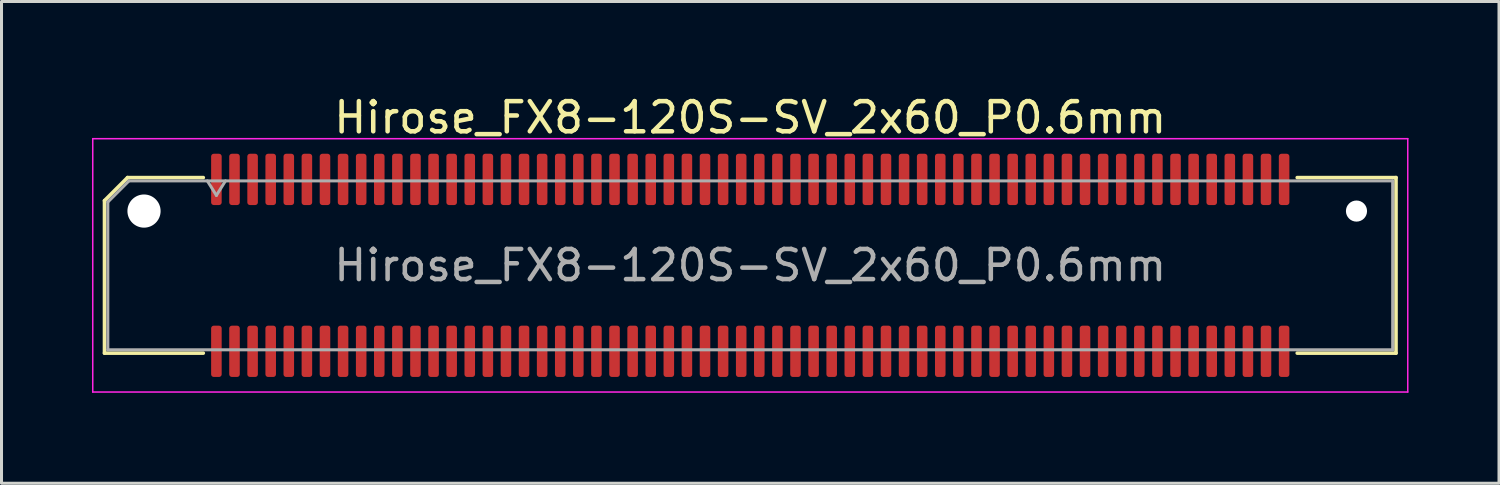
<source format=kicad_pcb>
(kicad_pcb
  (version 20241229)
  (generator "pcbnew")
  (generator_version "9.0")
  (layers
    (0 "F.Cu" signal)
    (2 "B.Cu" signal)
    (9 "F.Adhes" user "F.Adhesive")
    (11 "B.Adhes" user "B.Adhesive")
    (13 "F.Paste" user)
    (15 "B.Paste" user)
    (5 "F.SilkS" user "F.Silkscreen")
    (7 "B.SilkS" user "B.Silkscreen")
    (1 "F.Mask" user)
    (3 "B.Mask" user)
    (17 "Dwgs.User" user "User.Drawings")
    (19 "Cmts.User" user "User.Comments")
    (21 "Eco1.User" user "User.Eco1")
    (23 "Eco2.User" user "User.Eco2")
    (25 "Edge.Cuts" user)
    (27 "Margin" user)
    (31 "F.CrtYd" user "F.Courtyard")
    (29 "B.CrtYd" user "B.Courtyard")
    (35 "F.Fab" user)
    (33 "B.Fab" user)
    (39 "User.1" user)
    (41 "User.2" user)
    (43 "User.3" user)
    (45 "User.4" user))
  (footprint "Hirose_FX8-120S-SV_2x60_P0.6mm"
    (layer "F.Cu")
    (at 21.825 5.748)
    (property "Reference" "Hirose_FX8-120S-SV_2x60_P0.6mm" (at 0 -4.9 0) (layer "F.SilkS") (effects (font (size 1 1) (thickness 0.15))))
    (attr smd)
    (fp_line (start -21.41 -2.146) (end -20.646 -2.91) (stroke (width 0.12) (type solid)) (layer "F.SilkS"))
    (fp_line (start -21.41 2.91) (end -21.41 -2.146) (stroke (width 0.12) (type solid)) (layer "F.SilkS"))
    (fp_line (start -20.646 -2.91) (end -18.135 -2.91) (stroke (width 0.12) (type solid)) (layer "F.SilkS"))
    (fp_line (start -18.135 2.91) (end -21.41 2.91) (stroke (width 0.12) (type solid)) (layer "F.SilkS"))
    (fp_line (start 18.135 -2.91) (end 21.41 -2.91) (stroke (width 0.12) (type solid)) (layer "F.SilkS"))
    (fp_line (start 21.41 -2.91) (end 21.41 2.91) (stroke (width 0.12) (type solid)) (layer "F.SilkS"))
    (fp_line (start 21.41 2.91) (end 18.135 2.91) (stroke (width 0.12) (type solid)) (layer "F.SilkS"))
    (fp_line (start -21.8 -4.2) (end -21.8 4.2) (stroke (width 0.05) (type solid)) (layer "F.CrtYd"))
    (fp_line (start -21.8 4.2) (end 21.8 4.2) (stroke (width 0.05) (type solid)) (layer "F.CrtYd"))
    (fp_line (start 21.8 -4.2) (end -21.8 -4.2) (stroke (width 0.05) (type solid)) (layer "F.CrtYd"))
    (fp_line (start 21.8 4.2) (end 21.8 -4.2) (stroke (width 0.05) (type solid)) (layer "F.CrtYd"))
    (fp_line (start -21.3 -2.1) (end -20.6 -2.8) (stroke (width 0.1) (type solid)) (layer "F.Fab"))
    (fp_line (start -21.3 2.8) (end -21.3 -2.1) (stroke (width 0.1) (type solid)) (layer "F.Fab"))
    (fp_line (start -20.6 -2.8) (end 21.3 -2.8) (stroke (width 0.1) (type solid)) (layer "F.Fab"))
    (fp_line (start -18 -2.8) (end -17.7 -2.32) (stroke (width 0.1) (type solid)) (layer "F.Fab"))
    (fp_line (start -17.7 -2.32) (end -17.4 -2.8) (stroke (width 0.1) (type solid)) (layer "F.Fab"))
    (fp_line (start 21.3 -2.8) (end 21.3 2.8) (stroke (width 0.1) (type solid)) (layer "F.Fab"))
    (fp_line (start 21.3 2.8) (end -21.3 2.8) (stroke (width 0.1) (type solid)) (layer "F.Fab"))
    (fp_text user "${REFERENCE}" (at 0 0 0) (layer "F.Fab") (effects (font (size 1 1) (thickness 0.15))))
    (pad "" np_thru_hole circle (at -20.1 -1.8) (size 1.1 1.1) (drill 1.1) (layers "*.Cu" "*.Mask"))
    (pad "" np_thru_hole circle (at 20.1 -1.8) (size 0.7 0.7) (drill 0.7) (layers "*.Cu" "*.Mask"))
    (pad "1" smd roundrect (at -17.7 -2.85) (size 0.35 1.7) (layers "F.Cu" "F.Mask" "F.Paste") (roundrect_rratio 0.25))
    (pad "2" smd roundrect (at -17.7 2.85) (size 0.35 1.7) (layers "F.Cu" "F.Mask" "F.Paste") (roundrect_rratio 0.25))
    (pad "3" smd roundrect (at -17.1 -2.85) (size 0.35 1.7) (layers "F.Cu" "F.Mask" "F.Paste") (roundrect_rratio 0.25))
    (pad "4" smd roundrect (at -17.1 2.85) (size 0.35 1.7) (layers "F.Cu" "F.Mask" "F.Paste") (roundrect_rratio 0.25))
    (pad "5" smd roundrect (at -16.5 -2.85) (size 0.35 1.7) (layers "F.Cu" "F.Mask" "F.Paste") (roundrect_rratio 0.25))
    (pad "6" smd roundrect (at -16.5 2.85) (size 0.35 1.7) (layers "F.Cu" "F.Mask" "F.Paste") (roundrect_rratio 0.25))
    (pad "7" smd roundrect (at -15.9 -2.85) (size 0.35 1.7) (layers "F.Cu" "F.Mask" "F.Paste") (roundrect_rratio 0.25))
    (pad "8" smd roundrect (at -15.9 2.85) (size 0.35 1.7) (layers "F.Cu" "F.Mask" "F.Paste") (roundrect_rratio 0.25))
    (pad "9" smd roundrect (at -15.3 -2.85) (size 0.35 1.7) (layers "F.Cu" "F.Mask" "F.Paste") (roundrect_rratio 0.25))
    (pad "10" smd roundrect (at -15.3 2.85) (size 0.35 1.7) (layers "F.Cu" "F.Mask" "F.Paste") (roundrect_rratio 0.25))
    (pad "11" smd roundrect (at -14.7 -2.85) (size 0.35 1.7) (layers "F.Cu" "F.Mask" "F.Paste") (roundrect_rratio 0.25))
    (pad "12" smd roundrect (at -14.7 2.85) (size 0.35 1.7) (layers "F.Cu" "F.Mask" "F.Paste") (roundrect_rratio 0.25))
    (pad "13" smd roundrect (at -14.1 -2.85) (size 0.35 1.7) (layers "F.Cu" "F.Mask" "F.Paste") (roundrect_rratio 0.25))
    (pad "14" smd roundrect (at -14.1 2.85) (size 0.35 1.7) (layers "F.Cu" "F.Mask" "F.Paste") (roundrect_rratio 0.25))
    (pad "15" smd roundrect (at -13.5 -2.85) (size 0.35 1.7) (layers "F.Cu" "F.Mask" "F.Paste") (roundrect_rratio 0.25))
    (pad "16" smd roundrect (at -13.5 2.85) (size 0.35 1.7) (layers "F.Cu" "F.Mask" "F.Paste") (roundrect_rratio 0.25))
    (pad "17" smd roundrect (at -12.9 -2.85) (size 0.35 1.7) (layers "F.Cu" "F.Mask" "F.Paste") (roundrect_rratio 0.25))
    (pad "18" smd roundrect (at -12.9 2.85) (size 0.35 1.7) (layers "F.Cu" "F.Mask" "F.Paste") (roundrect_rratio 0.25))
    (pad "19" smd roundrect (at -12.3 -2.85) (size 0.35 1.7) (layers "F.Cu" "F.Mask" "F.Paste") (roundrect_rratio 0.25))
    (pad "20" smd roundrect (at -12.3 2.85) (size 0.35 1.7) (layers "F.Cu" "F.Mask" "F.Paste") (roundrect_rratio 0.25))
    (pad "21" smd roundrect (at -11.7 -2.85) (size 0.35 1.7) (layers "F.Cu" "F.Mask" "F.Paste") (roundrect_rratio 0.25))
    (pad "22" smd roundrect (at -11.7 2.85) (size 0.35 1.7) (layers "F.Cu" "F.Mask" "F.Paste") (roundrect_rratio 0.25))
    (pad "23" smd roundrect (at -11.1 -2.85) (size 0.35 1.7) (layers "F.Cu" "F.Mask" "F.Paste") (roundrect_rratio 0.25))
    (pad "24" smd roundrect (at -11.1 2.85) (size 0.35 1.7) (layers "F.Cu" "F.Mask" "F.Paste") (roundrect_rratio 0.25))
    (pad "25" smd roundrect (at -10.5 -2.85) (size 0.35 1.7) (layers "F.Cu" "F.Mask" "F.Paste") (roundrect_rratio 0.25))
    (pad "26" smd roundrect (at -10.5 2.85) (size 0.35 1.7) (layers "F.Cu" "F.Mask" "F.Paste") (roundrect_rratio 0.25))
    (pad "27" smd roundrect (at -9.9 -2.85) (size 0.35 1.7) (layers "F.Cu" "F.Mask" "F.Paste") (roundrect_rratio 0.25))
    (pad "28" smd roundrect (at -9.9 2.85) (size 0.35 1.7) (layers "F.Cu" "F.Mask" "F.Paste") (roundrect_rratio 0.25))
    (pad "29" smd roundrect (at -9.3 -2.85) (size 0.35 1.7) (layers "F.Cu" "F.Mask" "F.Paste") (roundrect_rratio 0.25))
    (pad "30" smd roundrect (at -9.3 2.85) (size 0.35 1.7) (layers "F.Cu" "F.Mask" "F.Paste") (roundrect_rratio 0.25))
    (pad "31" smd roundrect (at -8.7 -2.85) (size 0.35 1.7) (layers "F.Cu" "F.Mask" "F.Paste") (roundrect_rratio 0.25))
    (pad "32" smd roundrect (at -8.7 2.85) (size 0.35 1.7) (layers "F.Cu" "F.Mask" "F.Paste") (roundrect_rratio 0.25))
    (pad "33" smd roundrect (at -8.1 -2.85) (size 0.35 1.7) (layers "F.Cu" "F.Mask" "F.Paste") (roundrect_rratio 0.25))
    (pad "34" smd roundrect (at -8.1 2.85) (size 0.35 1.7) (layers "F.Cu" "F.Mask" "F.Paste") (roundrect_rratio 0.25))
    (pad "35" smd roundrect (at -7.5 -2.85) (size 0.35 1.7) (layers "F.Cu" "F.Mask" "F.Paste") (roundrect_rratio 0.25))
    (pad "36" smd roundrect (at -7.5 2.85) (size 0.35 1.7) (layers "F.Cu" "F.Mask" "F.Paste") (roundrect_rratio 0.25))
    (pad "37" smd roundrect (at -6.9 -2.85) (size 0.35 1.7) (layers "F.Cu" "F.Mask" "F.Paste") (roundrect_rratio 0.25))
    (pad "38" smd roundrect (at -6.9 2.85) (size 0.35 1.7) (layers "F.Cu" "F.Mask" "F.Paste") (roundrect_rratio 0.25))
    (pad "39" smd roundrect (at -6.3 -2.85) (size 0.35 1.7) (layers "F.Cu" "F.Mask" "F.Paste") (roundrect_rratio 0.25))
    (pad "40" smd roundrect (at -6.3 2.85) (size 0.35 1.7) (layers "F.Cu" "F.Mask" "F.Paste") (roundrect_rratio 0.25))
    (pad "41" smd roundrect (at -5.7 -2.85) (size 0.35 1.7) (layers "F.Cu" "F.Mask" "F.Paste") (roundrect_rratio 0.25))
    (pad "42" smd roundrect (at -5.7 2.85) (size 0.35 1.7) (layers "F.Cu" "F.Mask" "F.Paste") (roundrect_rratio 0.25))
    (pad "43" smd roundrect (at -5.1 -2.85) (size 0.35 1.7) (layers "F.Cu" "F.Mask" "F.Paste") (roundrect_rratio 0.25))
    (pad "44" smd roundrect (at -5.1 2.85) (size 0.35 1.7) (layers "F.Cu" "F.Mask" "F.Paste") (roundrect_rratio 0.25))
    (pad "45" smd roundrect (at -4.5 -2.85) (size 0.35 1.7) (layers "F.Cu" "F.Mask" "F.Paste") (roundrect_rratio 0.25))
    (pad "46" smd roundrect (at -4.5 2.85) (size 0.35 1.7) (layers "F.Cu" "F.Mask" "F.Paste") (roundrect_rratio 0.25))
    (pad "47" smd roundrect (at -3.9 -2.85) (size 0.35 1.7) (layers "F.Cu" "F.Mask" "F.Paste") (roundrect_rratio 0.25))
    (pad "48" smd roundrect (at -3.9 2.85) (size 0.35 1.7) (layers "F.Cu" "F.Mask" "F.Paste") (roundrect_rratio 0.25))
    (pad "49" smd roundrect (at -3.3 -2.85) (size 0.35 1.7) (layers "F.Cu" "F.Mask" "F.Paste") (roundrect_rratio 0.25))
    (pad "50" smd roundrect (at -3.3 2.85) (size 0.35 1.7) (layers "F.Cu" "F.Mask" "F.Paste") (roundrect_rratio 0.25))
    (pad "51" smd roundrect (at -2.7 -2.85) (size 0.35 1.7) (layers "F.Cu" "F.Mask" "F.Paste") (roundrect_rratio 0.25))
    (pad "52" smd roundrect (at -2.7 2.85) (size 0.35 1.7) (layers "F.Cu" "F.Mask" "F.Paste") (roundrect_rratio 0.25))
    (pad "53" smd roundrect (at -2.1 -2.85) (size 0.35 1.7) (layers "F.Cu" "F.Mask" "F.Paste") (roundrect_rratio 0.25))
    (pad "54" smd roundrect (at -2.1 2.85) (size 0.35 1.7) (layers "F.Cu" "F.Mask" "F.Paste") (roundrect_rratio 0.25))
    (pad "55" smd roundrect (at -1.5 -2.85) (size 0.35 1.7) (layers "F.Cu" "F.Mask" "F.Paste") (roundrect_rratio 0.25))
    (pad "56" smd roundrect (at -1.5 2.85) (size 0.35 1.7) (layers "F.Cu" "F.Mask" "F.Paste") (roundrect_rratio 0.25))
    (pad "57" smd roundrect (at -0.9 -2.85) (size 0.35 1.7) (layers "F.Cu" "F.Mask" "F.Paste") (roundrect_rratio 0.25))
    (pad "58" smd roundrect (at -0.9 2.85) (size 0.35 1.7) (layers "F.Cu" "F.Mask" "F.Paste") (roundrect_rratio 0.25))
    (pad "59" smd roundrect (at -0.3 -2.85) (size 0.35 1.7) (layers "F.Cu" "F.Mask" "F.Paste") (roundrect_rratio 0.25))
    (pad "60" smd roundrect (at -0.3 2.85) (size 0.35 1.7) (layers "F.Cu" "F.Mask" "F.Paste") (roundrect_rratio 0.25))
    (pad "61" smd roundrect (at 0.3 -2.85) (size 0.35 1.7) (layers "F.Cu" "F.Mask" "F.Paste") (roundrect_rratio 0.25))
    (pad "62" smd roundrect (at 0.3 2.85) (size 0.35 1.7) (layers "F.Cu" "F.Mask" "F.Paste") (roundrect_rratio 0.25))
    (pad "63" smd roundrect (at 0.9 -2.85) (size 0.35 1.7) (layers "F.Cu" "F.Mask" "F.Paste") (roundrect_rratio 0.25))
    (pad "64" smd roundrect (at 0.9 2.85) (size 0.35 1.7) (layers "F.Cu" "F.Mask" "F.Paste") (roundrect_rratio 0.25))
    (pad "65" smd roundrect (at 1.5 -2.85) (size 0.35 1.7) (layers "F.Cu" "F.Mask" "F.Paste") (roundrect_rratio 0.25))
    (pad "66" smd roundrect (at 1.5 2.85) (size 0.35 1.7) (layers "F.Cu" "F.Mask" "F.Paste") (roundrect_rratio 0.25))
    (pad "67" smd roundrect (at 2.1 -2.85) (size 0.35 1.7) (layers "F.Cu" "F.Mask" "F.Paste") (roundrect_rratio 0.25))
    (pad "68" smd roundrect (at 2.1 2.85) (size 0.35 1.7) (layers "F.Cu" "F.Mask" "F.Paste") (roundrect_rratio 0.25))
    (pad "69" smd roundrect (at 2.7 -2.85) (size 0.35 1.7) (layers "F.Cu" "F.Mask" "F.Paste") (roundrect_rratio 0.25))
    (pad "70" smd roundrect (at 2.7 2.85) (size 0.35 1.7) (layers "F.Cu" "F.Mask" "F.Paste") (roundrect_rratio 0.25))
    (pad "71" smd roundrect (at 3.3 -2.85) (size 0.35 1.7) (layers "F.Cu" "F.Mask" "F.Paste") (roundrect_rratio 0.25))
    (pad "72" smd roundrect (at 3.3 2.85) (size 0.35 1.7) (layers "F.Cu" "F.Mask" "F.Paste") (roundrect_rratio 0.25))
    (pad "73" smd roundrect (at 3.9 -2.85) (size 0.35 1.7) (layers "F.Cu" "F.Mask" "F.Paste") (roundrect_rratio 0.25))
    (pad "74" smd roundrect (at 3.9 2.85) (size 0.35 1.7) (layers "F.Cu" "F.Mask" "F.Paste") (roundrect_rratio 0.25))
    (pad "75" smd roundrect (at 4.5 -2.85) (size 0.35 1.7) (layers "F.Cu" "F.Mask" "F.Paste") (roundrect_rratio 0.25))
    (pad "76" smd roundrect (at 4.5 2.85) (size 0.35 1.7) (layers "F.Cu" "F.Mask" "F.Paste") (roundrect_rratio 0.25))
    (pad "77" smd roundrect (at 5.1 -2.85) (size 0.35 1.7) (layers "F.Cu" "F.Mask" "F.Paste") (roundrect_rratio 0.25))
    (pad "78" smd roundrect (at 5.1 2.85) (size 0.35 1.7) (layers "F.Cu" "F.Mask" "F.Paste") (roundrect_rratio 0.25))
    (pad "79" smd roundrect (at 5.7 -2.85) (size 0.35 1.7) (layers "F.Cu" "F.Mask" "F.Paste") (roundrect_rratio 0.25))
    (pad "80" smd roundrect (at 5.7 2.85) (size 0.35 1.7) (layers "F.Cu" "F.Mask" "F.Paste") (roundrect_rratio 0.25))
    (pad "81" smd roundrect (at 6.3 -2.85) (size 0.35 1.7) (layers "F.Cu" "F.Mask" "F.Paste") (roundrect_rratio 0.25))
    (pad "82" smd roundrect (at 6.3 2.85) (size 0.35 1.7) (layers "F.Cu" "F.Mask" "F.Paste") (roundrect_rratio 0.25))
    (pad "83" smd roundrect (at 6.9 -2.85) (size 0.35 1.7) (layers "F.Cu" "F.Mask" "F.Paste") (roundrect_rratio 0.25))
    (pad "84" smd roundrect (at 6.9 2.85) (size 0.35 1.7) (layers "F.Cu" "F.Mask" "F.Paste") (roundrect_rratio 0.25))
    (pad "85" smd roundrect (at 7.5 -2.85) (size 0.35 1.7) (layers "F.Cu" "F.Mask" "F.Paste") (roundrect_rratio 0.25))
    (pad "86" smd roundrect (at 7.5 2.85) (size 0.35 1.7) (layers "F.Cu" "F.Mask" "F.Paste") (roundrect_rratio 0.25))
    (pad "87" smd roundrect (at 8.1 -2.85) (size 0.35 1.7) (layers "F.Cu" "F.Mask" "F.Paste") (roundrect_rratio 0.25))
    (pad "88" smd roundrect (at 8.1 2.85) (size 0.35 1.7) (layers "F.Cu" "F.Mask" "F.Paste") (roundrect_rratio 0.25))
    (pad "89" smd roundrect (at 8.7 -2.85) (size 0.35 1.7) (layers "F.Cu" "F.Mask" "F.Paste") (roundrect_rratio 0.25))
    (pad "90" smd roundrect (at 8.7 2.85) (size 0.35 1.7) (layers "F.Cu" "F.Mask" "F.Paste") (roundrect_rratio 0.25))
    (pad "91" smd roundrect (at 9.3 -2.85) (size 0.35 1.7) (layers "F.Cu" "F.Mask" "F.Paste") (roundrect_rratio 0.25))
    (pad "92" smd roundrect (at 9.3 2.85) (size 0.35 1.7) (layers "F.Cu" "F.Mask" "F.Paste") (roundrect_rratio 0.25))
    (pad "93" smd roundrect (at 9.9 -2.85) (size 0.35 1.7) (layers "F.Cu" "F.Mask" "F.Paste") (roundrect_rratio 0.25))
    (pad "94" smd roundrect (at 9.9 2.85) (size 0.35 1.7) (layers "F.Cu" "F.Mask" "F.Paste") (roundrect_rratio 0.25))
    (pad "95" smd roundrect (at 10.5 -2.85) (size 0.35 1.7) (layers "F.Cu" "F.Mask" "F.Paste") (roundrect_rratio 0.25))
    (pad "96" smd roundrect (at 10.5 2.85) (size 0.35 1.7) (layers "F.Cu" "F.Mask" "F.Paste") (roundrect_rratio 0.25))
    (pad "97" smd roundrect (at 11.1 -2.85) (size 0.35 1.7) (layers "F.Cu" "F.Mask" "F.Paste") (roundrect_rratio 0.25))
    (pad "98" smd roundrect (at 11.1 2.85) (size 0.35 1.7) (layers "F.Cu" "F.Mask" "F.Paste") (roundrect_rratio 0.25))
    (pad "99" smd roundrect (at 11.7 -2.85) (size 0.35 1.7) (layers "F.Cu" "F.Mask" "F.Paste") (roundrect_rratio 0.25))
    (pad "100" smd roundrect (at 11.7 2.85) (size 0.35 1.7) (layers "F.Cu" "F.Mask" "F.Paste") (roundrect_rratio 0.25))
    (pad "101" smd roundrect (at 12.3 -2.85) (size 0.35 1.7) (layers "F.Cu" "F.Mask" "F.Paste") (roundrect_rratio 0.25))
    (pad "102" smd roundrect (at 12.3 2.85) (size 0.35 1.7) (layers "F.Cu" "F.Mask" "F.Paste") (roundrect_rratio 0.25))
    (pad "103" smd roundrect (at 12.9 -2.85) (size 0.35 1.7) (layers "F.Cu" "F.Mask" "F.Paste") (roundrect_rratio 0.25))
    (pad "104" smd roundrect (at 12.9 2.85) (size 0.35 1.7) (layers "F.Cu" "F.Mask" "F.Paste") (roundrect_rratio 0.25))
    (pad "105" smd roundrect (at 13.5 -2.85) (size 0.35 1.7) (layers "F.Cu" "F.Mask" "F.Paste") (roundrect_rratio 0.25))
    (pad "106" smd roundrect (at 13.5 2.85) (size 0.35 1.7) (layers "F.Cu" "F.Mask" "F.Paste") (roundrect_rratio 0.25))
    (pad "107" smd roundrect (at 14.1 -2.85) (size 0.35 1.7) (layers "F.Cu" "F.Mask" "F.Paste") (roundrect_rratio 0.25))
    (pad "108" smd roundrect (at 14.1 2.85) (size 0.35 1.7) (layers "F.Cu" "F.Mask" "F.Paste") (roundrect_rratio 0.25))
    (pad "109" smd roundrect (at 14.7 -2.85) (size 0.35 1.7) (layers "F.Cu" "F.Mask" "F.Paste") (roundrect_rratio 0.25))
    (pad "110" smd roundrect (at 14.7 2.85) (size 0.35 1.7) (layers "F.Cu" "F.Mask" "F.Paste") (roundrect_rratio 0.25))
    (pad "111" smd roundrect (at 15.3 -2.85) (size 0.35 1.7) (layers "F.Cu" "F.Mask" "F.Paste") (roundrect_rratio 0.25))
    (pad "112" smd roundrect (at 15.3 2.85) (size 0.35 1.7) (layers "F.Cu" "F.Mask" "F.Paste") (roundrect_rratio 0.25))
    (pad "113" smd roundrect (at 15.9 -2.85) (size 0.35 1.7) (layers "F.Cu" "F.Mask" "F.Paste") (roundrect_rratio 0.25))
    (pad "114" smd roundrect (at 15.9 2.85) (size 0.35 1.7) (layers "F.Cu" "F.Mask" "F.Paste") (roundrect_rratio 0.25))
    (pad "115" smd roundrect (at 16.5 -2.85) (size 0.35 1.7) (layers "F.Cu" "F.Mask" "F.Paste") (roundrect_rratio 0.25))
    (pad "116" smd roundrect (at 16.5 2.85) (size 0.35 1.7) (layers "F.Cu" "F.Mask" "F.Paste") (roundrect_rratio 0.25))
    (pad "117" smd roundrect (at 17.1 -2.85) (size 0.35 1.7) (layers "F.Cu" "F.Mask" "F.Paste") (roundrect_rratio 0.25))
    (pad "118" smd roundrect (at 17.1 2.85) (size 0.35 1.7) (layers "F.Cu" "F.Mask" "F.Paste") (roundrect_rratio 0.25))
    (pad "119" smd roundrect (at 17.7 -2.85) (size 0.35 1.7) (layers "F.Cu" "F.Mask" "F.Paste") (roundrect_rratio 0.25))
    (pad "120" smd roundrect (at 17.7 2.85) (size 0.35 1.7) (layers "F.Cu" "F.Mask" "F.Paste") (roundrect_rratio 0.25)))
  (gr_rect
    (start -3 -3)
    (end 46.65 12.973)
    (stroke (width 0.1) (type default))
    (fill no)
    (layer "Edge.Cuts")))
</source>
